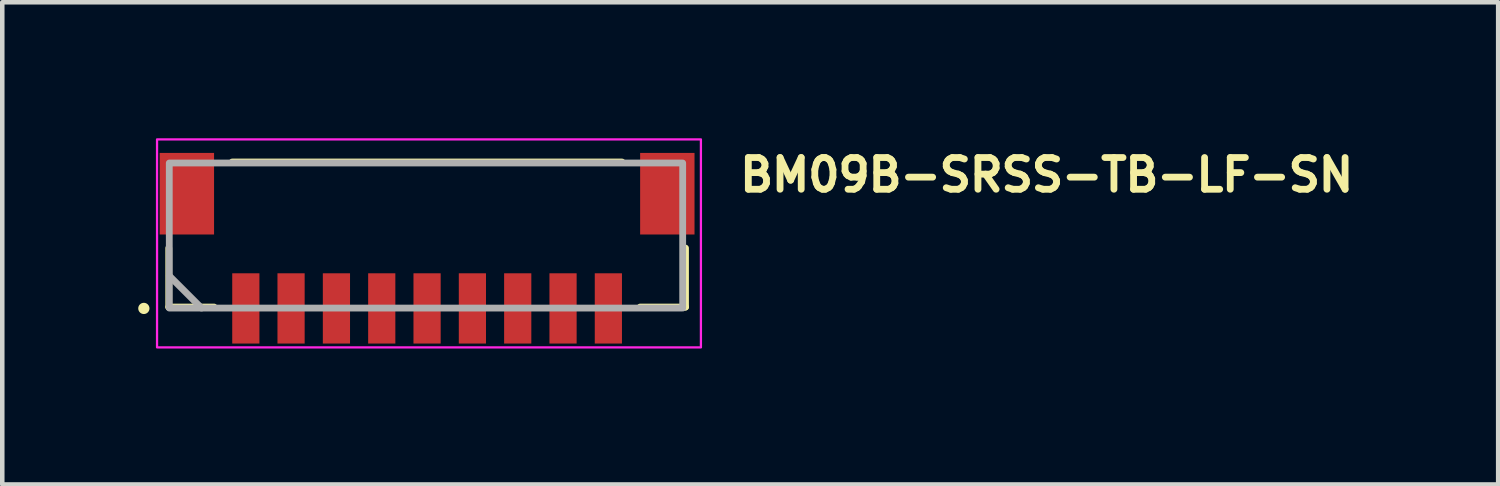
<source format=kicad_pcb>
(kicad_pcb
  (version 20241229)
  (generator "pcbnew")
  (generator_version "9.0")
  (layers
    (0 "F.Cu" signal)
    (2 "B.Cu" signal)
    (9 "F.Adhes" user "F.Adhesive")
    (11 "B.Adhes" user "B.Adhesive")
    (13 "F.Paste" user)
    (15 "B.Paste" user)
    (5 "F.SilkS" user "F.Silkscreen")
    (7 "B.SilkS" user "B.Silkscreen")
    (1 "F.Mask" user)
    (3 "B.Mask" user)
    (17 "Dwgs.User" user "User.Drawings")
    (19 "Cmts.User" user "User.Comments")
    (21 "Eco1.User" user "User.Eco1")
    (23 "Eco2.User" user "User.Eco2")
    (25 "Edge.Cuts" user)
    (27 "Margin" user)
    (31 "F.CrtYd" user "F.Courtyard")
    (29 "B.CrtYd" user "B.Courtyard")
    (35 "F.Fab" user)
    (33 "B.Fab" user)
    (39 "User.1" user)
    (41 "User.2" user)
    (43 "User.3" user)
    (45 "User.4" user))
  (footprint "BM09B-SRSS-TB-LF-SN"
    (layer "F.Cu")
    (at 6.424 2.32)
    (property "Reference" "BM09B-SRSS-TB-LF-SN" (at 6.772 -1.101 180) (layer "F.SilkS") (effects (font (size 0.7 0.7) (thickness 0.15)) (justify left bottom)))
    (attr smd)
    (fp_line (start -5.75 0.104) (end -5.75 1.405) (stroke (width 0.15) (type solid)) (layer "F.SilkS"))
    (fp_line (start -5.75 1.405) (end -4.751 1.405) (stroke (width 0.15) (type solid)) (layer "F.SilkS"))
    (fp_line (start -4.35 -1.795) (end 4.25 -1.795) (stroke (width 0.15) (type solid)) (layer "F.SilkS"))
    (fp_line (start 5.651 0.104) (end 5.651 1.405) (stroke (width 0.15) (type solid)) (layer "F.SilkS"))
    (fp_line (start 5.651 1.405) (end 4.651 1.405) (stroke (width 0.15) (type solid)) (layer "F.SilkS"))
    (fp_circle (center -6.3 1.435) (end -6.251 1.435) (stroke (width 0.15) (type solid)) (fill yes) (layer "F.SilkS"))
    (fp_rect (start -6.009 -2.295) (end 5.991 2.295) (stroke (width 0.05) (type solid)) (fill no) (layer "F.CrtYd"))
    (fp_line (start -5.739 0.716) (end -5.028 1.427) (stroke (width 0.15) (type solid)) (layer "F.Fab"))
    (fp_rect (start -5.739 1.427) (end 5.589 -1.773) (stroke (width 0.15) (type solid)) (fill no) (layer "F.Fab"))
    (fp_rect (start -5.5 -1.795) (end 5.5 1.804) (stroke (width 0.1) (type solid)) (fill no) (layer "User.5"))
    (fp_line (start -5.5 -1.795) (end -5.5 -0.095) (stroke (width 0.02) (type solid)) (layer "User.9"))
    (fp_line (start -5.5 -1.795) (end 5.5 -1.795) (stroke (width 0.02) (type solid)) (layer "User.9"))
    (fp_line (start -5.5 0.555) (end -5.5 -0.095) (stroke (width 0.02) (type solid)) (layer "User.9"))
    (fp_line (start -5.5 1.104) (end -5.5 0.555) (stroke (width 0.02) (type solid)) (layer "User.9"))
    (fp_line (start -5.05 -0.896) (end -5.05 -0.295) (stroke (width 0.02) (type solid)) (layer "User.9"))
    (fp_line (start -5.05 -0.295) (end -4.701 -0.295) (stroke (width 0.02) (type solid)) (layer "User.9"))
    (fp_line (start -5.001 -0.095) (end -5.5 -0.095) (stroke (width 0.02) (type solid)) (layer "User.9"))
    (fp_line (start -5.001 -0.095) (end -5.001 1.104) (stroke (width 0.02) (type solid)) (layer "User.9"))
    (fp_line (start -5.001 0.555) (end -5.5 0.555) (stroke (width 0.02) (type solid)) (layer "User.9"))
    (fp_line (start -5.001 1.104) (end -5.5 1.104) (stroke (width 0.02) (type solid)) (layer "User.9"))
    (fp_line (start -5.001 1.104) (end 5 1.104) (stroke (width 0.02) (type solid)) (layer "User.9"))
    (fp_line (start -4.701 -1.396) (end -4.701 -0.896) (stroke (width 0.02) (type solid)) (layer "User.9"))
    (fp_line (start -4.701 -0.896) (end -5.05 -0.896) (stroke (width 0.02) (type solid)) (layer "User.9"))
    (fp_line (start -4.701 -0.295) (end -4.701 -0.896) (stroke (width 0.02) (type solid)) (layer "User.9"))
    (fp_line (start -4.701 -0.295) (end -4.701 0.705) (stroke (width 0.02) (type solid)) (layer "User.9"))
    (fp_line (start -4.701 0.705) (end 4.699 0.705) (stroke (width 0.02) (type solid)) (layer "User.9"))
    (fp_line (start -4.101 -0.976) (end -3.901 -0.976) (stroke (width 0.02) (type solid)) (layer "User.9"))
    (fp_line (start -4.101 -0.626) (end -4.101 -0.976) (stroke (width 0.02) (type solid)) (layer "User.9"))
    (fp_line (start -4.101 -0.626) (end -3.901 -0.626) (stroke (width 0.02) (type solid)) (layer "User.9"))
    (fp_line (start -4.101 -0.495) (end -4.101 -0.626) (stroke (width 0.02) (type solid)) (layer "User.9"))
    (fp_line (start -4.101 -0.495) (end -3.901 -0.495) (stroke (width 0.02) (type solid)) (layer "User.9"))
    (fp_line (start -4.101 1.804) (end -4.101 1.104) (stroke (width 0.02) (type solid)) (layer "User.9"))
    (fp_line (start -4.101 1.804) (end -3.901 1.804) (stroke (width 0.02) (type solid)) (layer "User.9"))
    (fp_line (start -3.901 -0.626) (end -3.901 -0.976) (stroke (width 0.02) (type solid)) (layer "User.9"))
    (fp_line (start -3.901 -0.495) (end -3.901 -0.626) (stroke (width 0.02) (type solid)) (layer "User.9"))
    (fp_line (start -3.901 1.804) (end -3.901 1.104) (stroke (width 0.02) (type solid)) (layer "User.9"))
    (fp_line (start -3.1 -0.976) (end -2.9 -0.976) (stroke (width 0.02) (type solid)) (layer "User.9"))
    (fp_line (start -3.1 -0.626) (end -3.1 -0.976) (stroke (width 0.02) (type solid)) (layer "User.9"))
    (fp_line (start -3.1 -0.626) (end -2.9 -0.626) (stroke (width 0.02) (type solid)) (layer "User.9"))
    (fp_line (start -3.1 -0.495) (end -3.1 -0.626) (stroke (width 0.02) (type solid)) (layer "User.9"))
    (fp_line (start -3.1 -0.495) (end -2.9 -0.495) (stroke (width 0.02) (type solid)) (layer "User.9"))
    (fp_line (start -3.1 1.804) (end -3.1 1.104) (stroke (width 0.02) (type solid)) (layer "User.9"))
    (fp_line (start -3.1 1.804) (end -2.9 1.804) (stroke (width 0.02) (type solid)) (layer "User.9"))
    (fp_line (start -2.9 -0.626) (end -2.9 -0.976) (stroke (width 0.02) (type solid)) (layer "User.9"))
    (fp_line (start -2.9 -0.495) (end -2.9 -0.626) (stroke (width 0.02) (type solid)) (layer "User.9"))
    (fp_line (start -2.9 1.804) (end -2.9 1.104) (stroke (width 0.02) (type solid)) (layer "User.9"))
    (fp_line (start -2.101 -0.976) (end -1.901 -0.976) (stroke (width 0.02) (type solid)) (layer "User.9"))
    (fp_line (start -2.101 -0.626) (end -2.101 -0.976) (stroke (width 0.02) (type solid)) (layer "User.9"))
    (fp_line (start -2.101 -0.626) (end -1.901 -0.626) (stroke (width 0.02) (type solid)) (layer "User.9"))
    (fp_line (start -2.101 -0.495) (end -2.101 -0.626) (stroke (width 0.02) (type solid)) (layer "User.9"))
    (fp_line (start -2.101 -0.495) (end -1.901 -0.495) (stroke (width 0.02) (type solid)) (layer "User.9"))
    (fp_line (start -2.101 1.804) (end -2.101 1.104) (stroke (width 0.02) (type solid)) (layer "User.9"))
    (fp_line (start -2.101 1.804) (end -1.901 1.804) (stroke (width 0.02) (type solid)) (layer "User.9"))
    (fp_line (start -1.901 -0.626) (end -1.901 -0.976) (stroke (width 0.02) (type solid)) (layer "User.9"))
    (fp_line (start -1.901 -0.495) (end -1.901 -0.626) (stroke (width 0.02) (type solid)) (layer "User.9"))
    (fp_line (start -1.901 1.804) (end -1.901 1.104) (stroke (width 0.02) (type solid)) (layer "User.9"))
    (fp_line (start -1.1 -0.976) (end -0.901 -0.976) (stroke (width 0.02) (type solid)) (layer "User.9"))
    (fp_line (start -1.1 -0.626) (end -1.1 -0.976) (stroke (width 0.02) (type solid)) (layer "User.9"))
    (fp_line (start -1.1 -0.626) (end -0.901 -0.626) (stroke (width 0.02) (type solid)) (layer "User.9"))
    (fp_line (start -1.1 -0.495) (end -1.1 -0.626) (stroke (width 0.02) (type solid)) (layer "User.9"))
    (fp_line (start -1.1 -0.495) (end -0.901 -0.495) (stroke (width 0.02) (type solid)) (layer "User.9"))
    (fp_line (start -1.1 1.804) (end -1.1 1.104) (stroke (width 0.02) (type solid)) (layer "User.9"))
    (fp_line (start -1.1 1.804) (end -0.901 1.804) (stroke (width 0.02) (type solid)) (layer "User.9"))
    (fp_line (start -0.901 -0.626) (end -0.901 -0.976) (stroke (width 0.02) (type solid)) (layer "User.9"))
    (fp_line (start -0.901 -0.495) (end -0.901 -0.626) (stroke (width 0.02) (type solid)) (layer "User.9"))
    (fp_line (start -0.901 1.804) (end -0.901 1.104) (stroke (width 0.02) (type solid)) (layer "User.9"))
    (fp_line (start -0.1 -0.976) (end 0.1 -0.976) (stroke (width 0.02) (type solid)) (layer "User.9"))
    (fp_line (start -0.1 -0.626) (end -0.1 -0.976) (stroke (width 0.02) (type solid)) (layer "User.9"))
    (fp_line (start -0.1 -0.626) (end 0.1 -0.626) (stroke (width 0.02) (type solid)) (layer "User.9"))
    (fp_line (start -0.1 -0.495) (end -0.1 -0.626) (stroke (width 0.02) (type solid)) (layer "User.9"))
    (fp_line (start -0.1 -0.495) (end 0.1 -0.495) (stroke (width 0.02) (type solid)) (layer "User.9"))
    (fp_line (start -0.1 1.804) (end -0.1 1.104) (stroke (width 0.02) (type solid)) (layer "User.9"))
    (fp_line (start -0.1 1.804) (end 0.1 1.804) (stroke (width 0.02) (type solid)) (layer "User.9"))
    (fp_line (start 0.1 -0.626) (end 0.1 -0.976) (stroke (width 0.02) (type solid)) (layer "User.9"))
    (fp_line (start 0.1 -0.495) (end 0.1 -0.626) (stroke (width 0.02) (type solid)) (layer "User.9"))
    (fp_line (start 0.1 1.804) (end 0.1 1.104) (stroke (width 0.02) (type solid)) (layer "User.9"))
    (fp_line (start 0.9 -0.976) (end 1.1 -0.976) (stroke (width 0.02) (type solid)) (layer "User.9"))
    (fp_line (start 0.9 -0.626) (end 0.9 -0.976) (stroke (width 0.02) (type solid)) (layer "User.9"))
    (fp_line (start 0.9 -0.626) (end 1.1 -0.626) (stroke (width 0.02) (type solid)) (layer "User.9"))
    (fp_line (start 0.9 -0.495) (end 0.9 -0.626) (stroke (width 0.02) (type solid)) (layer "User.9"))
    (fp_line (start 0.9 -0.495) (end 1.1 -0.495) (stroke (width 0.02) (type solid)) (layer "User.9"))
    (fp_line (start 0.9 1.804) (end 0.9 1.104) (stroke (width 0.02) (type solid)) (layer "User.9"))
    (fp_line (start 0.9 1.804) (end 1.1 1.804) (stroke (width 0.02) (type solid)) (layer "User.9"))
    (fp_line (start 1.1 -0.626) (end 1.1 -0.976) (stroke (width 0.02) (type solid)) (layer "User.9"))
    (fp_line (start 1.1 -0.495) (end 1.1 -0.626) (stroke (width 0.02) (type solid)) (layer "User.9"))
    (fp_line (start 1.1 1.804) (end 1.1 1.104) (stroke (width 0.02) (type solid)) (layer "User.9"))
    (fp_line (start 1.9 -0.976) (end 2.1 -0.976) (stroke (width 0.02) (type solid)) (layer "User.9"))
    (fp_line (start 1.9 -0.626) (end 1.9 -0.976) (stroke (width 0.02) (type solid)) (layer "User.9"))
    (fp_line (start 1.9 -0.626) (end 2.1 -0.626) (stroke (width 0.02) (type solid)) (layer "User.9"))
    (fp_line (start 1.9 -0.495) (end 1.9 -0.626) (stroke (width 0.02) (type solid)) (layer "User.9"))
    (fp_line (start 1.9 -0.495) (end 2.1 -0.495) (stroke (width 0.02) (type solid)) (layer "User.9"))
    (fp_line (start 1.9 1.804) (end 1.9 1.104) (stroke (width 0.02) (type solid)) (layer "User.9"))
    (fp_line (start 1.9 1.804) (end 2.1 1.804) (stroke (width 0.02) (type solid)) (layer "User.9"))
    (fp_line (start 2.1 -0.626) (end 2.1 -0.976) (stroke (width 0.02) (type solid)) (layer "User.9"))
    (fp_line (start 2.1 -0.495) (end 2.1 -0.626) (stroke (width 0.02) (type solid)) (layer "User.9"))
    (fp_line (start 2.1 1.804) (end 2.1 1.104) (stroke (width 0.02) (type solid)) (layer "User.9"))
    (fp_line (start 2.9 -0.976) (end 3.1 -0.976) (stroke (width 0.02) (type solid)) (layer "User.9"))
    (fp_line (start 2.9 -0.626) (end 2.9 -0.976) (stroke (width 0.02) (type solid)) (layer "User.9"))
    (fp_line (start 2.9 -0.626) (end 3.1 -0.626) (stroke (width 0.02) (type solid)) (layer "User.9"))
    (fp_line (start 2.9 -0.495) (end 2.9 -0.626) (stroke (width 0.02) (type solid)) (layer "User.9"))
    (fp_line (start 2.9 -0.495) (end 3.1 -0.495) (stroke (width 0.02) (type solid)) (layer "User.9"))
    (fp_line (start 2.9 1.804) (end 2.9 1.104) (stroke (width 0.02) (type solid)) (layer "User.9"))
    (fp_line (start 2.9 1.804) (end 3.1 1.804) (stroke (width 0.02) (type solid)) (layer "User.9"))
    (fp_line (start 3.1 -0.626) (end 3.1 -0.976) (stroke (width 0.02) (type solid)) (layer "User.9"))
    (fp_line (start 3.1 -0.495) (end 3.1 -0.626) (stroke (width 0.02) (type solid)) (layer "User.9"))
    (fp_line (start 3.1 1.804) (end 3.1 1.104) (stroke (width 0.02) (type solid)) (layer "User.9"))
    (fp_line (start 3.9 -0.976) (end 4.1 -0.976) (stroke (width 0.02) (type solid)) (layer "User.9"))
    (fp_line (start 3.9 -0.626) (end 3.9 -0.976) (stroke (width 0.02) (type solid)) (layer "User.9"))
    (fp_line (start 3.9 -0.626) (end 4.1 -0.626) (stroke (width 0.02) (type solid)) (layer "User.9"))
    (fp_line (start 3.9 -0.495) (end 3.9 -0.626) (stroke (width 0.02) (type solid)) (layer "User.9"))
    (fp_line (start 3.9 -0.495) (end 4.1 -0.495) (stroke (width 0.02) (type solid)) (layer "User.9"))
    (fp_line (start 3.9 1.804) (end 3.9 1.104) (stroke (width 0.02) (type solid)) (layer "User.9"))
    (fp_line (start 3.9 1.804) (end 4.1 1.804) (stroke (width 0.02) (type solid)) (layer "User.9"))
    (fp_line (start 4.1 -0.626) (end 4.1 -0.976) (stroke (width 0.02) (type solid)) (layer "User.9"))
    (fp_line (start 4.1 -0.495) (end 4.1 -0.626) (stroke (width 0.02) (type solid)) (layer "User.9"))
    (fp_line (start 4.1 1.804) (end 4.1 1.104) (stroke (width 0.02) (type solid)) (layer "User.9"))
    (fp_line (start 4.699 -1.396) (end -4.701 -1.396) (stroke (width 0.02) (type solid)) (layer "User.9"))
    (fp_line (start 4.699 -0.896) (end 4.699 -1.396) (stroke (width 0.02) (type solid)) (layer "User.9"))
    (fp_line (start 4.699 -0.896) (end 4.699 -0.295) (stroke (width 0.02) (type solid)) (layer "User.9"))
    (fp_line (start 4.699 -0.295) (end 5.049 -0.295) (stroke (width 0.02) (type solid)) (layer "User.9"))
    (fp_line (start 4.699 0.705) (end 4.699 -0.295) (stroke (width 0.02) (type solid)) (layer "User.9"))
    (fp_line (start 5 -0.095) (end 5 1.104) (stroke (width 0.02) (type solid)) (layer "User.9"))
    (fp_line (start 5 -0.095) (end 5.5 -0.095) (stroke (width 0.02) (type solid)) (layer "User.9"))
    (fp_line (start 5 0.555) (end 5.5 0.555) (stroke (width 0.02) (type solid)) (layer "User.9"))
    (fp_line (start 5 1.104) (end 5.5 1.104) (stroke (width 0.02) (type solid)) (layer "User.9"))
    (fp_line (start 5.049 -0.896) (end 4.699 -0.896) (stroke (width 0.02) (type solid)) (layer "User.9"))
    (fp_line (start 5.049 -0.295) (end 5.049 -0.896) (stroke (width 0.02) (type solid)) (layer "User.9"))
    (fp_line (start 5.5 -1.795) (end 5.5 -0.095) (stroke (width 0.02) (type solid)) (layer "User.9"))
    (fp_line (start 5.5 0.555) (end 5.5 -0.095) (stroke (width 0.02) (type solid)) (layer "User.9"))
    (fp_line (start 5.5 1.104) (end 5.5 0.555) (stroke (width 0.02) (type solid)) (layer "User.9"))
    (pad "1" smd rect (at -4.05 1.435) (size 0.6 1.55) (layers "F.Cu" "F.Mask" "F.Paste"))
    (pad "2" smd rect (at -3.052 1.435) (size 0.6 1.55) (layers "F.Cu" "F.Mask" "F.Paste"))
    (pad "3" smd rect (at -2.051 1.435) (size 0.6 1.55) (layers "F.Cu" "F.Mask" "F.Paste"))
    (pad "4" smd rect (at -1.051 1.435) (size 0.6 1.55) (layers "F.Cu" "F.Mask" "F.Paste"))
    (pad "5" smd rect (at -0.051 1.435) (size 0.6 1.55) (layers "F.Cu" "F.Mask" "F.Paste"))
    (pad "6" smd rect (at 0.949 1.435) (size 0.6 1.55) (layers "F.Cu" "F.Mask" "F.Paste"))
    (pad "7" smd rect (at 1.949 1.435) (size 0.6 1.55) (layers "F.Cu" "F.Mask" "F.Paste"))
    (pad "8" smd rect (at 2.949 1.435) (size 0.6 1.55) (layers "F.Cu" "F.Mask" "F.Paste"))
    (pad "9" smd rect (at 3.949 1.435) (size 0.6 1.55) (layers "F.Cu" "F.Mask" "F.Paste"))
    (pad "MP" smd rect (at -5.351 -1.096) (size 1.2 1.8) (layers "F.Cu" "F.Mask" "F.Paste"))
    (pad "MP" smd rect (at 5.25 -1.096) (size 1.2 1.8) (layers "F.Cu" "F.Mask" "F.Paste")))
  (gr_rect
    (start -3 -3)
    (end 30.006 7.64)
    (stroke (width 0.1) (type default))
    (fill no)
    (layer "Edge.Cuts")))
</source>
